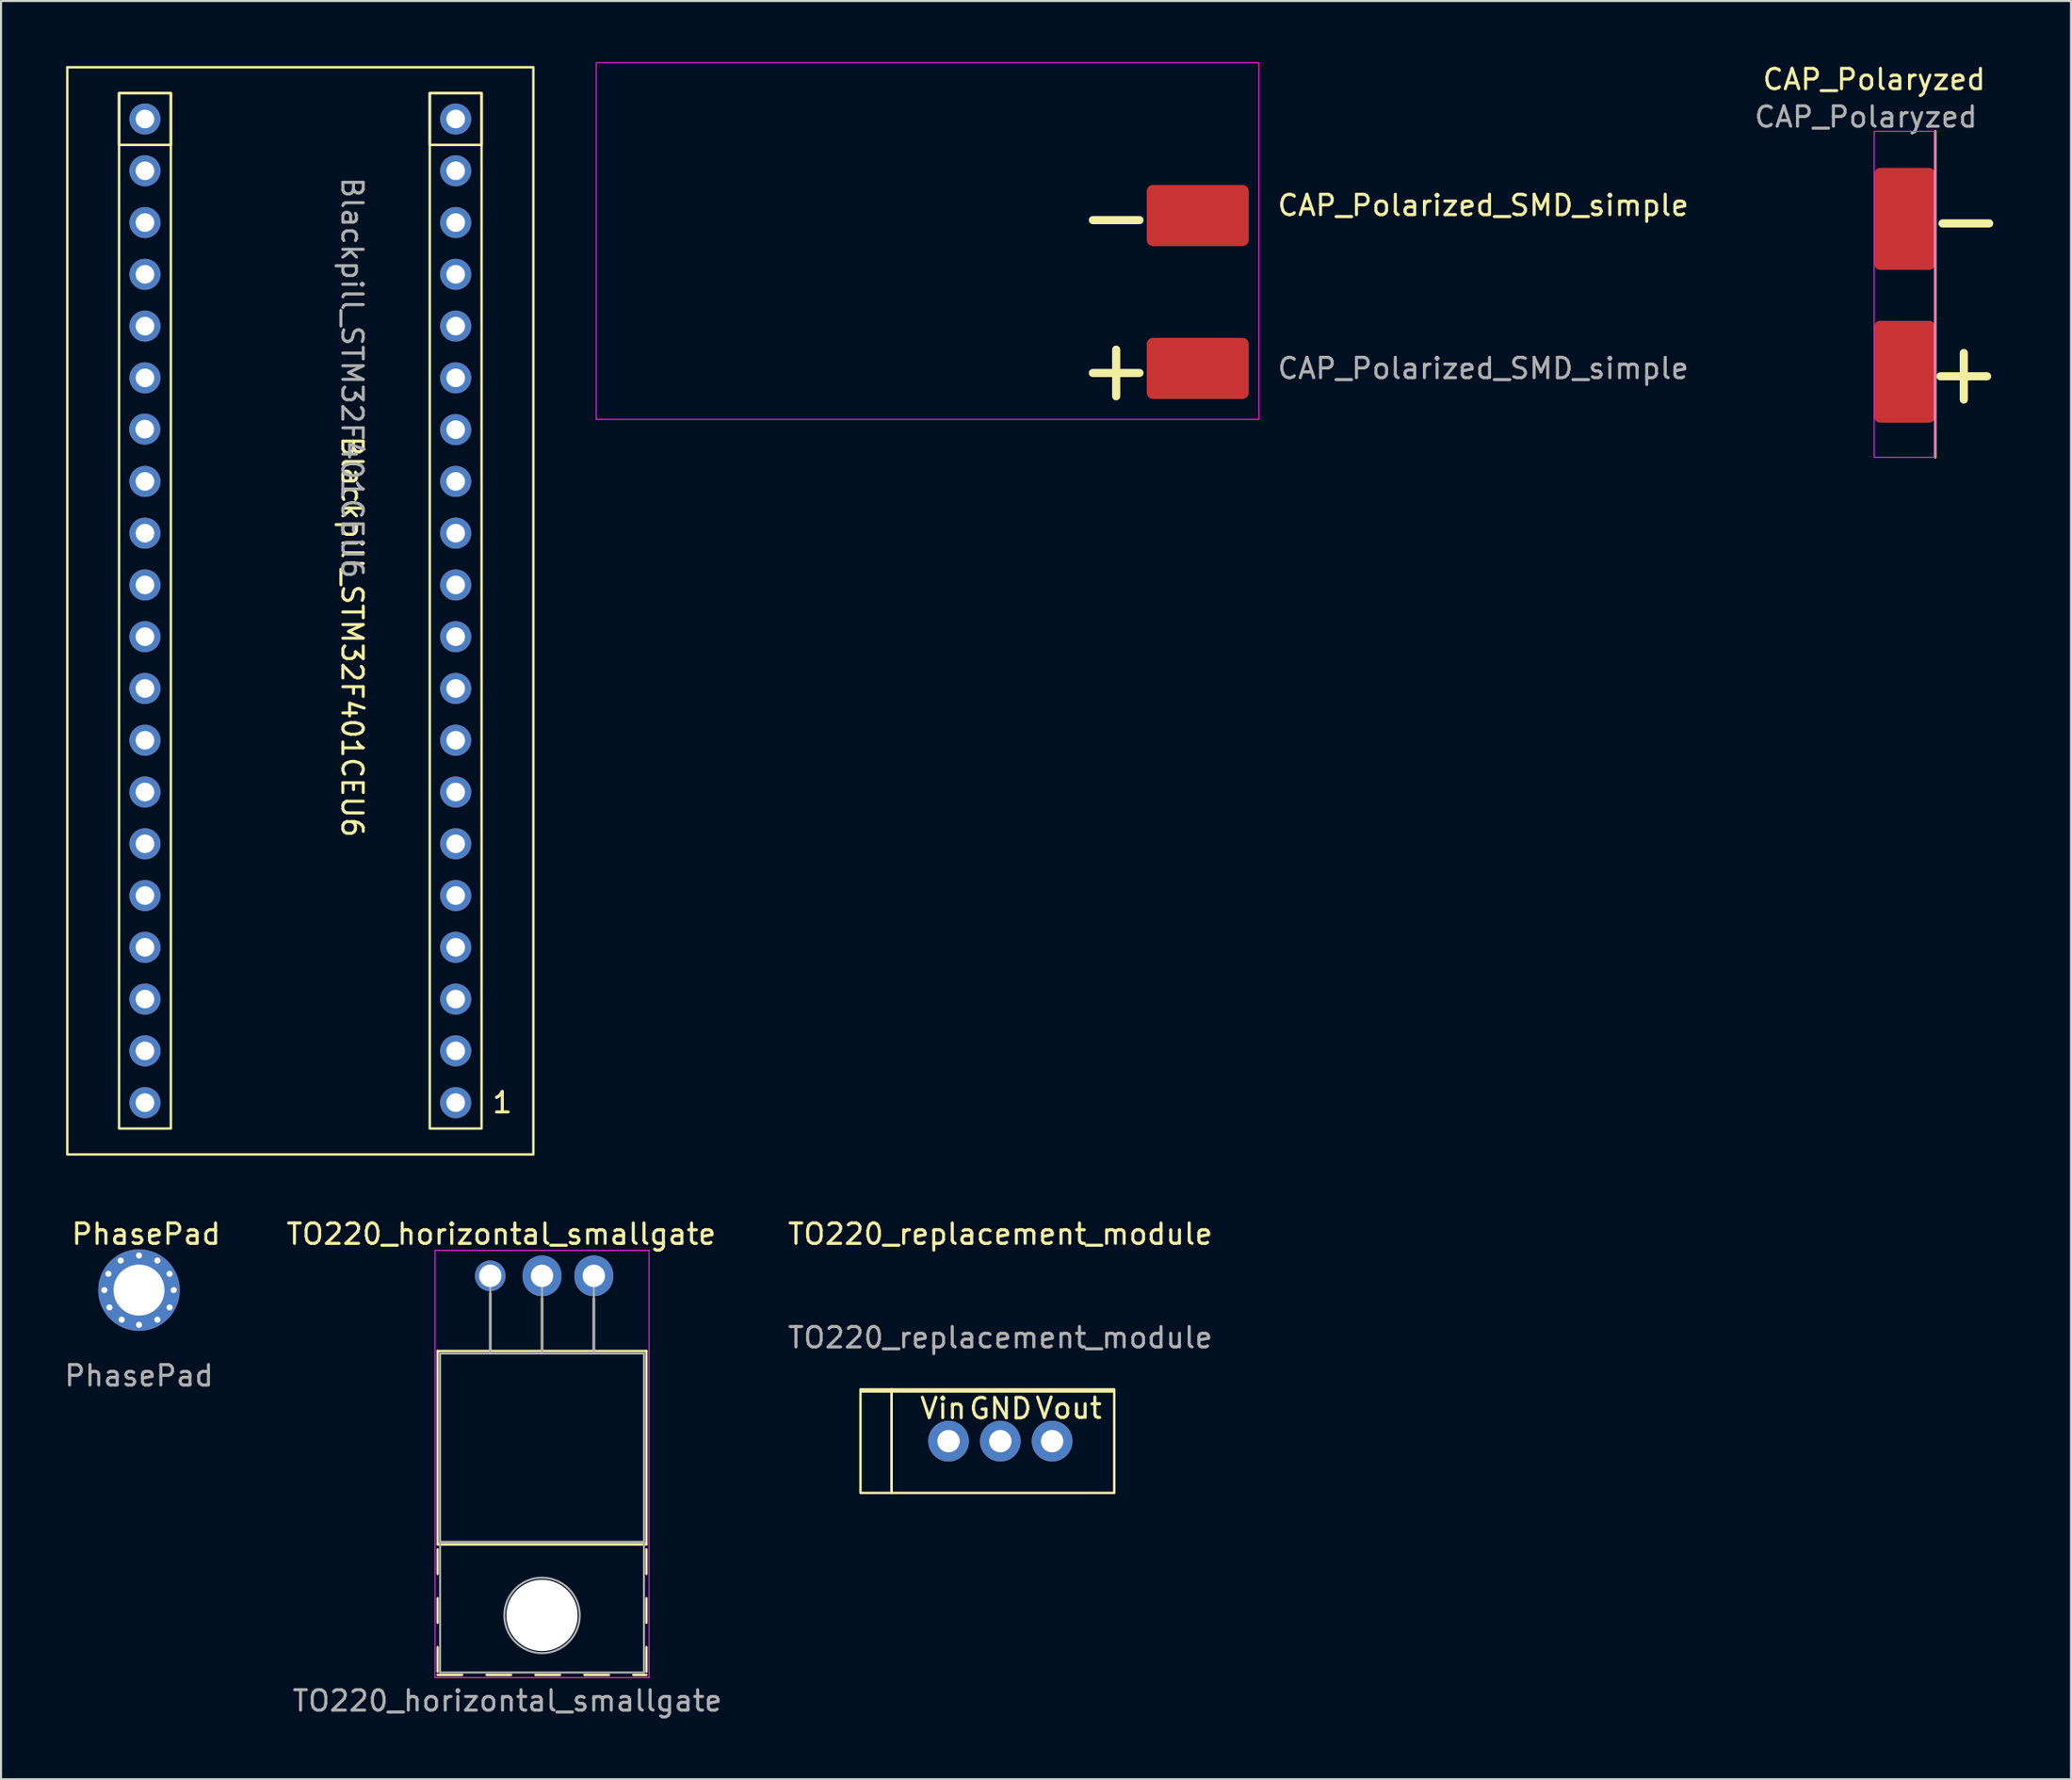
<source format=kicad_pcb>
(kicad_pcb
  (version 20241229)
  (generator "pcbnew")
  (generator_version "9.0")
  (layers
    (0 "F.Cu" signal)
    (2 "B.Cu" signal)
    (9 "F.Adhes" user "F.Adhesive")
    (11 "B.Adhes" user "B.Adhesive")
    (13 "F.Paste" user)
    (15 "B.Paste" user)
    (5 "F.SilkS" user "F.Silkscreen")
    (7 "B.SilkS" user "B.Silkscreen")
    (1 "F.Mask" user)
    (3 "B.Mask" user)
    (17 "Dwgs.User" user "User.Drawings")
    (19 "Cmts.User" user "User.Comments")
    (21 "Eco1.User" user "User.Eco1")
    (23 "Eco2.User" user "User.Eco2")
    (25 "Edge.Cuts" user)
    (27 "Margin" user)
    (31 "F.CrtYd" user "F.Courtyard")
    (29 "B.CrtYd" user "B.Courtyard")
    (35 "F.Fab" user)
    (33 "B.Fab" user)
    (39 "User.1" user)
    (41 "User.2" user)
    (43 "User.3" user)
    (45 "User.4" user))
  (footprint "TO220_replacement_module"
    (layer "F.Cu")
    (at 40.933 65.118)
    (property "Reference" "TO220_replacement_module" (at 5.08 -7.62 0) (unlocked yes) (layer "F.SilkS") (effects (font (size 1 1) (thickness 0.15))))
    (attr through_hole)
    (fp_line (start -1.76 0.1) (end 10.66 0.1) (stroke (width 0.12) (type solid)) (layer "F.SilkS"))
    (fp_rect (start -1.778 0) (end -0.254 5.08) (stroke (width 0.12) (type solid)) (fill no) (layer "F.SilkS"))
    (fp_rect (start -0.254 0) (end 10.668 5.08) (stroke (width 0.12) (type solid)) (fill no) (layer "F.SilkS"))
    (fp_text user "Vout" (at 8.43 0.92 0) (unlocked yes) (layer "F.SilkS") (effects (font (size 1 1) (thickness 0.15))))
    (fp_text user "GND" (at 5.09 0.94 0) (unlocked yes) (layer "F.SilkS") (effects (font (size 1 1) (thickness 0.15))))
    (fp_text user "Vin" (at 2.28 0.93 0) (unlocked yes) (layer "F.SilkS") (effects (font (size 1 1) (thickness 0.15))))
    (fp_text user "${REFERENCE}" (at 5.08 -2.54 0) (unlocked yes) (layer "F.Fab") (effects (font (size 1 1) (thickness 0.15))))
    (pad "1" thru_hole circle (at 2.54 2.54) (size 2 2) (drill 1.1) (layers "*.Cu" "*.Mask"))
    (pad "2" thru_hole circle (at 5.08 2.54) (size 2 2) (drill 1.1) (layers "*.Cu" "*.Mask"))
    (pad "3" thru_hole circle (at 7.62 2.54) (size 2 2) (drill 1.1) (layers "*.Cu" "*.Mask")))
  (footprint "Blackpill_STM32F401CEU6"
    (layer "F.Cu")
    (at 0.25 0.25)
    (property "Reference" "Blackpill_STM32F401CEU6" (at 13.97 27.94 270) (unlocked yes) (layer "F.SilkS") (effects (font (size 1 1) (thickness 0.15))))
    (attr through_hole)
    (fp_rect (start 0 0) (end 22.86 53.34) (stroke (width 0.12) (type solid)) (fill no) (layer "F.SilkS"))
    (fp_rect (start 2.54 1.27) (end 5.08 3.81) (stroke (width 0.12) (type solid)) (fill no) (layer "F.SilkS"))
    (fp_rect (start 2.54 1.27) (end 5.08 52.07) (stroke (width 0.12) (type solid)) (fill no) (layer "F.SilkS"))
    (fp_rect (start 17.78 1.27) (end 20.32 3.81) (stroke (width 0.12) (type solid)) (fill no) (layer "F.SilkS"))
    (fp_rect (start 17.78 1.27) (end 20.32 52.07) (stroke (width 0.12) (type solid)) (fill no) (layer "F.SilkS"))
    (fp_text user "1" (at 21.336 50.8 0) (unlocked yes) (layer "F.SilkS") (effects (font (size 1 1) (thickness 0.15))))
    (fp_text user "${REFERENCE}" (at 13.97 15.24 270) (unlocked yes) (layer "F.Fab") (effects (font (size 1 1) (thickness 0.15))))
    (pad "1" thru_hole circle (at 19.05 50.8) (size 1.524 1.524) (drill 0.914) (layers "*.Cu" "*.Mask"))
    (pad "2" thru_hole circle (at 19.05 48.26) (size 1.524 1.524) (drill 0.914) (layers "*.Cu" "*.Mask"))
    (pad "3" thru_hole circle (at 19.05 45.72) (size 1.524 1.524) (drill 0.914) (layers "*.Cu" "*.Mask"))
    (pad "4" thru_hole circle (at 19.05 43.18) (size 1.524 1.524) (drill 0.914) (layers "*.Cu" "*.Mask"))
    (pad "5" thru_hole circle (at 19.05 40.64) (size 1.524 1.524) (drill 0.914) (layers "*.Cu" "*.Mask"))
    (pad "6" thru_hole circle (at 19.05 38.1) (size 1.524 1.524) (drill 0.914) (layers "*.Cu" "*.Mask"))
    (pad "7" thru_hole circle (at 19.05 35.56) (size 1.524 1.524) (drill 0.914) (layers "*.Cu" "*.Mask"))
    (pad "8" thru_hole circle (at 19.05 33.02) (size 1.524 1.524) (drill 0.914) (layers "*.Cu" "*.Mask"))
    (pad "9" thru_hole circle (at 19.05 30.48) (size 1.524 1.524) (drill 0.914) (layers "*.Cu" "*.Mask"))
    (pad "10" thru_hole circle (at 19.05 27.94) (size 1.524 1.524) (drill 0.914) (layers "*.Cu" "*.Mask"))
    (pad "11" thru_hole circle (at 19.05 25.4) (size 1.524 1.524) (drill 0.914) (layers "*.Cu" "*.Mask"))
    (pad "12" thru_hole circle (at 19.05 22.86) (size 1.524 1.524) (drill 0.914) (layers "*.Cu" "*.Mask"))
    (pad "13" thru_hole circle (at 19.05 20.32) (size 1.524 1.524) (drill 0.914) (layers "*.Cu" "*.Mask"))
    (pad "14" thru_hole circle (at 19.05 17.78) (size 1.524 1.524) (drill 0.914) (layers "*.Cu" "*.Mask"))
    (pad "15" thru_hole circle (at 19.05 15.24) (size 1.524 1.524) (drill 0.914) (layers "*.Cu" "*.Mask"))
    (pad "16" thru_hole circle (at 19.05 12.7) (size 1.524 1.524) (drill 0.914) (layers "*.Cu" "*.Mask"))
    (pad "17" thru_hole circle (at 19.05 10.16) (size 1.524 1.524) (drill 0.914) (layers "*.Cu" "*.Mask"))
    (pad "18" thru_hole circle (at 19.05 7.62) (size 1.524 1.524) (drill 0.914) (layers "*.Cu" "*.Mask"))
    (pad "19" thru_hole circle (at 19.05 5.08) (size 1.524 1.524) (drill 0.914) (layers "*.Cu" "*.Mask"))
    (pad "20" thru_hole circle (at 19.05 2.54) (size 1.524 1.524) (drill 0.914) (layers "*.Cu" "*.Mask"))
    (pad "21" thru_hole circle (at 3.81 2.54) (size 1.524 1.524) (drill 0.914) (layers "*.Cu" "*.Mask"))
    (pad "22" thru_hole circle (at 3.81 5.08) (size 1.524 1.524) (drill 0.914) (layers "*.Cu" "*.Mask"))
    (pad "23" thru_hole circle (at 3.81 7.62) (size 1.524 1.524) (drill 0.914) (layers "*.Cu" "*.Mask"))
    (pad "24" thru_hole circle (at 3.81 10.16) (size 1.524 1.524) (drill 0.914) (layers "*.Cu" "*.Mask"))
    (pad "25" thru_hole circle (at 3.81 12.7) (size 1.524 1.524) (drill 0.914) (layers "*.Cu" "*.Mask"))
    (pad "26" thru_hole circle (at 3.81 15.24) (size 1.524 1.524) (drill 0.914) (layers "*.Cu" "*.Mask"))
    (pad "27" thru_hole circle (at 3.8 17.756) (size 1.524 1.524) (drill 0.914) (layers "*.Cu" "*.Mask"))
    (pad "28" thru_hole circle (at 3.81 20.32) (size 1.524 1.524) (drill 0.914) (layers "*.Cu" "*.Mask"))
    (pad "29" thru_hole circle (at 3.81 22.86) (size 1.524 1.524) (drill 0.914) (layers "*.Cu" "*.Mask"))
    (pad "30" thru_hole circle (at 3.81 25.4) (size 1.524 1.524) (drill 0.914) (layers "*.Cu" "*.Mask"))
    (pad "31" thru_hole circle (at 3.81 27.94) (size 1.524 1.524) (drill 0.914) (layers "*.Cu" "*.Mask"))
    (pad "32" thru_hole circle (at 3.81 30.48) (size 1.524 1.524) (drill 0.914) (layers "*.Cu" "*.Mask"))
    (pad "33" thru_hole circle (at 3.81 33.02) (size 1.524 1.524) (drill 0.914) (layers "*.Cu" "*.Mask"))
    (pad "34" thru_hole circle (at 3.81 35.56) (size 1.524 1.524) (drill 0.914) (layers "*.Cu" "*.Mask"))
    (pad "35" thru_hole circle (at 3.81 38.1) (size 1.524 1.524) (drill 0.914) (layers "*.Cu" "*.Mask"))
    (pad "36" thru_hole circle (at 3.81 40.64) (size 1.524 1.524) (drill 0.914) (layers "*.Cu" "*.Mask"))
    (pad "37" thru_hole circle (at 3.81 43.18) (size 1.524 1.524) (drill 0.914) (layers "*.Cu" "*.Mask"))
    (pad "38" thru_hole circle (at 3.81 45.72) (size 1.524 1.524) (drill 0.914) (layers "*.Cu" "*.Mask"))
    (pad "39" thru_hole circle (at 3.81 48.26) (size 1.524 1.524) (drill 0.914) (layers "*.Cu" "*.Mask"))
    (pad "40" thru_hole circle (at 3.81 50.8) (size 1.524 1.524) (drill 0.914) (layers "*.Cu" "*.Mask")))
  (footprint "CAP_Polarized_SMD_simple"
    (layer "F.Cu")
    (at 53.695 5.025)
    (property "Reference" "CAP_Polarized_SMD_simple" (at 16 2 0) (unlocked yes) (layer "F.SilkS") (effects (font (size 1 1) (thickness 0.15))))
    (attr smd)
    (fp_rect (start 5 12.5) (end -27.5 -5) (stroke (width 0.05) (type solid)) (fill no) (layer "F.CrtYd"))
    (fp_text user "+" (at -2 10 0) (unlocked yes) (layer "F.SilkS") (effects (font (size 3 3) (thickness 0.4))))
    (fp_text user "-" (at -2 2.5 0) (unlocked yes) (layer "F.SilkS") (effects (font (size 3 3) (thickness 0.4))))
    (fp_text user "${REFERENCE}" (at 16 10 0) (unlocked yes) (layer "F.Fab") (effects (font (size 1 1) (thickness 0.15))))
    (pad "1" smd roundrect (at 2 10) (size 5 3) (layers "F.Cu" "F.Mask" "F.Paste") (roundrect_rratio 0.1))
    (pad "2" smd roundrect (at 2 2.5) (size 5 3) (layers "F.Cu" "F.Mask" "F.Paste") (roundrect_rratio 0.1)))
  (footprint "PhasePad"
    (layer "F.Cu")
    (at 3.768 60.248)
    (property "Reference" "PhasePad" (at 0.35 -2.75 0) (unlocked yes) (layer "F.SilkS") (effects (font (size 1 1) (thickness 0.15))))
    (attr through_hole)
    (fp_text user "${REFERENCE}" (at 0 4.2 0) (unlocked yes) (layer "F.Fab") (effects (font (size 1 1) (thickness 0.15))))
    (pad "1" thru_hole circle (at -1.7 0) (size 0.4 0.4) (drill 0.3) (layers "*.Cu" "*.Mask"))
    (pad "1" thru_hole circle (at -1.5 -0.8) (size 0.4 0.4) (drill 0.3) (layers "*.Cu" "*.Mask"))
    (pad "1" thru_hole circle (at -1.45 0.85) (size 0.4 0.4) (drill 0.3) (layers "*.Cu" "*.Mask"))
    (pad "1" thru_hole circle (at -0.9 -1.45) (size 0.4 0.4) (drill 0.3) (layers "*.Cu" "*.Mask"))
    (pad "1" thru_hole circle (at -0.85 1.45) (size 0.4 0.4) (drill 0.3) (layers "*.Cu" "*.Mask"))
    (pad "1" thru_hole circle (at 0 -1.7 90) (size 0.4 0.4) (drill 0.3) (layers "*.Cu" "*.Mask"))
    (pad "1" thru_hole circle (at 0 0) (size 4 4) (drill 2.5) (layers "*.Cu" "*.Mask"))
    (pad "1" thru_hole circle (at 0 1.7) (size 0.4 0.4) (drill 0.3) (layers "*.Cu" "*.Mask"))
    (pad "1" thru_hole circle (at 0.9 -1.45) (size 0.4 0.4) (drill 0.3) (layers "*.Cu" "*.Mask"))
    (pad "1" thru_hole circle (at 0.9 1.45) (size 0.4 0.4) (drill 0.3) (layers "*.Cu" "*.Mask"))
    (pad "1" thru_hole circle (at 1.5 -0.8) (size 0.4 0.4) (drill 0.3) (layers "*.Cu" "*.Mask"))
    (pad "1" thru_hole circle (at 1.5 0.85) (size 0.4 0.4) (drill 0.3) (layers "*.Cu" "*.Mask"))
    (pad "1" thru_hole circle (at 1.7 0) (size 0.4 0.4) (drill 0.3) (layers "*.Cu" "*.Mask")))
  (footprint "CAP_Polaryzed"
    (layer "F.Cu")
    (at 88.869 3.388)
    (property "Reference" "CAP_Polaryzed" (at 0 -2.54 0) (unlocked yes) (layer "F.SilkS") (effects (font (size 1 1) (thickness 0.15))))
    (attr through_hole)
    (fp_line (start 3 0) (end 3 16) (stroke (width 0.12) (type solid)) (layer "F.SilkS"))
    (fp_rect (start 0 16) (end 3 0) (stroke (width 0.05) (type solid)) (fill no) (layer "F.CrtYd"))
    (fp_text user "-" (at 4.5 4.3 0) (unlocked yes) (layer "F.SilkS") (effects (font (size 3 3) (thickness 0.4))))
    (fp_text user "+" (at 4.4 11.8 0) (unlocked yes) (layer "F.SilkS") (effects (font (size 3 3) (thickness 0.4))))
    (fp_text user "${REFERENCE}" (at -0.4 -0.7 0) (unlocked yes) (layer "F.Fab") (effects (font (size 1 1) (thickness 0.15))))
    (pad "1" smd roundrect (at 1.5 11.8 90) (size 5 3) (layers "F.Cu" "F.Mask" "F.Paste") (roundrect_rratio 0.1))
    (pad "2" smd roundrect (at 1.5 4.3 90) (size 5 3) (layers "F.Cu" "F.Mask" "F.Paste") (roundrect_rratio 0.1)))
  (footprint "TO220_horizontal_smallgate"
    (layer "F.Cu")
    (at 20.995 59.548)
    (property "Reference" "TO220_horizontal_smallgate" (at 0.54 -2.05 0) (unlocked yes) (layer "F.SilkS") (effects (font (size 1 1) (thickness 0.15))))
    (attr smd)
    (fp_line (start -2.58 3.69) (end -2.58 13.18) (stroke (width 0.12) (type solid)) (layer "F.SilkS"))
    (fp_line (start -2.58 3.69) (end 7.66 3.69) (stroke (width 0.12) (type solid)) (layer "F.SilkS"))
    (fp_line (start -2.58 13.18) (end 7.66 13.18) (stroke (width 0.12) (type solid)) (layer "F.SilkS"))
    (fp_line (start -2.58 13.42) (end -2.58 14.62) (stroke (width 0.12) (type solid)) (layer "F.SilkS"))
    (fp_line (start -2.58 15.82) (end -2.58 17.02) (stroke (width 0.12) (type solid)) (layer "F.SilkS"))
    (fp_line (start -2.58 18.22) (end -2.58 19.42) (stroke (width 0.12) (type solid)) (layer "F.SilkS"))
    (fp_line (start -2.58 19.58) (end -1.38 19.58) (stroke (width 0.12) (type solid)) (layer "F.SilkS"))
    (fp_line (start -0.181 19.58) (end 1.02 19.58) (stroke (width 0.12) (type solid)) (layer "F.SilkS"))
    (fp_line (start 0 0.85) (end 0 3.69) (stroke (width 0.12) (type solid)) (layer "F.SilkS"))
    (fp_line (start 2.22 19.58) (end 3.42 19.58) (stroke (width 0.12) (type solid)) (layer "F.SilkS"))
    (fp_line (start 2.54 1.1) (end 2.54 3.69) (stroke (width 0.12) (type solid)) (layer "F.SilkS"))
    (fp_line (start 4.62 19.58) (end 5.82 19.58) (stroke (width 0.12) (type solid)) (layer "F.SilkS"))
    (fp_line (start 5.08 1.1) (end 5.08 3.69) (stroke (width 0.12) (type solid)) (layer "F.SilkS"))
    (fp_line (start 7.02 19.58) (end 7.66 19.58) (stroke (width 0.12) (type solid)) (layer "F.SilkS"))
    (fp_line (start 7.66 3.69) (end 7.66 13.18) (stroke (width 0.12) (type solid)) (layer "F.SilkS"))
    (fp_line (start 7.66 13.42) (end 7.66 14.62) (stroke (width 0.12) (type solid)) (layer "F.SilkS"))
    (fp_line (start 7.66 15.82) (end 7.66 17.02) (stroke (width 0.12) (type solid)) (layer "F.SilkS"))
    (fp_line (start 7.66 18.22) (end 7.66 19.42) (stroke (width 0.12) (type solid)) (layer "F.SilkS"))
    (fp_line (start -2.71 -1.25) (end -2.71 19.71) (stroke (width 0.05) (type solid)) (layer "F.CrtYd"))
    (fp_line (start -2.71 19.71) (end 7.79 19.71) (stroke (width 0.05) (type solid)) (layer "F.CrtYd"))
    (fp_line (start 7.79 -1.25) (end -2.71 -1.25) (stroke (width 0.05) (type solid)) (layer "F.CrtYd"))
    (fp_line (start 7.79 19.71) (end 7.79 -1.25) (stroke (width 0.05) (type solid)) (layer "F.CrtYd"))
    (fp_line (start -2.46 3.81) (end -2.46 13.06) (stroke (width 0.1) (type solid)) (layer "F.Fab"))
    (fp_line (start -2.46 13.06) (end -2.46 19.46) (stroke (width 0.1) (type solid)) (layer "F.Fab"))
    (fp_line (start -2.46 13.06) (end 7.54 13.06) (stroke (width 0.1) (type solid)) (layer "F.Fab"))
    (fp_line (start -2.46 19.46) (end 7.54 19.46) (stroke (width 0.1) (type solid)) (layer "F.Fab"))
    (fp_line (start 0 3.81) (end 0 0) (stroke (width 0.1) (type solid)) (layer "F.Fab"))
    (fp_line (start 2.54 3.81) (end 2.54 0) (stroke (width 0.1) (type solid)) (layer "F.Fab"))
    (fp_line (start 5.08 3.81) (end 5.08 0) (stroke (width 0.1) (type solid)) (layer "F.Fab"))
    (fp_line (start 7.54 3.81) (end -2.46 3.81) (stroke (width 0.1) (type solid)) (layer "F.Fab"))
    (fp_line (start 7.54 13.06) (end -2.46 13.06) (stroke (width 0.1) (type solid)) (layer "F.Fab"))
    (fp_line (start 7.54 13.06) (end 7.54 3.81) (stroke (width 0.1) (type solid)) (layer "F.Fab"))
    (fp_line (start 7.54 19.46) (end 7.54 13.06) (stroke (width 0.1) (type solid)) (layer "F.Fab"))
    (fp_circle (center 2.54 16.66) (end 4.39 16.66) (stroke (width 0.1) (type solid)) (fill no) (layer "F.Fab"))
    (fp_text user "${REFERENCE}" (at 0.84 20.85 0) (unlocked yes) (layer "F.Fab") (effects (font (size 1 1) (thickness 0.15))))
    (pad "" np_thru_hole oval (at 2.54 16.66) (size 3.5 3.5) (drill 3.5) (layers "*.Cu" "*.Mask"))
    (pad "1" thru_hole circle (at 0 0) (size 1.5 1.5) (drill 1.1) (layers "*.Cu" "*.Mask"))
    (pad "2" thru_hole oval (at 2.54 0) (size 1.905 2) (drill 1.1) (layers "*.Cu" "*.Mask") (remove_unused_layers yes) (keep_end_layers yes) (zone_layer_connections))
    (pad "3" thru_hole oval (at 5.08 0) (size 1.905 2) (drill 1.1) (layers "*.Cu" "*.Mask") (remove_unused_layers yes) (keep_end_layers yes) (zone_layer_connections)))
  (gr_rect
    (start -3 -3)
    (end 98.526 84.246)
    (stroke (width 0.1) (type default))
    (fill no)
    (layer "Edge.Cuts")))
</source>
